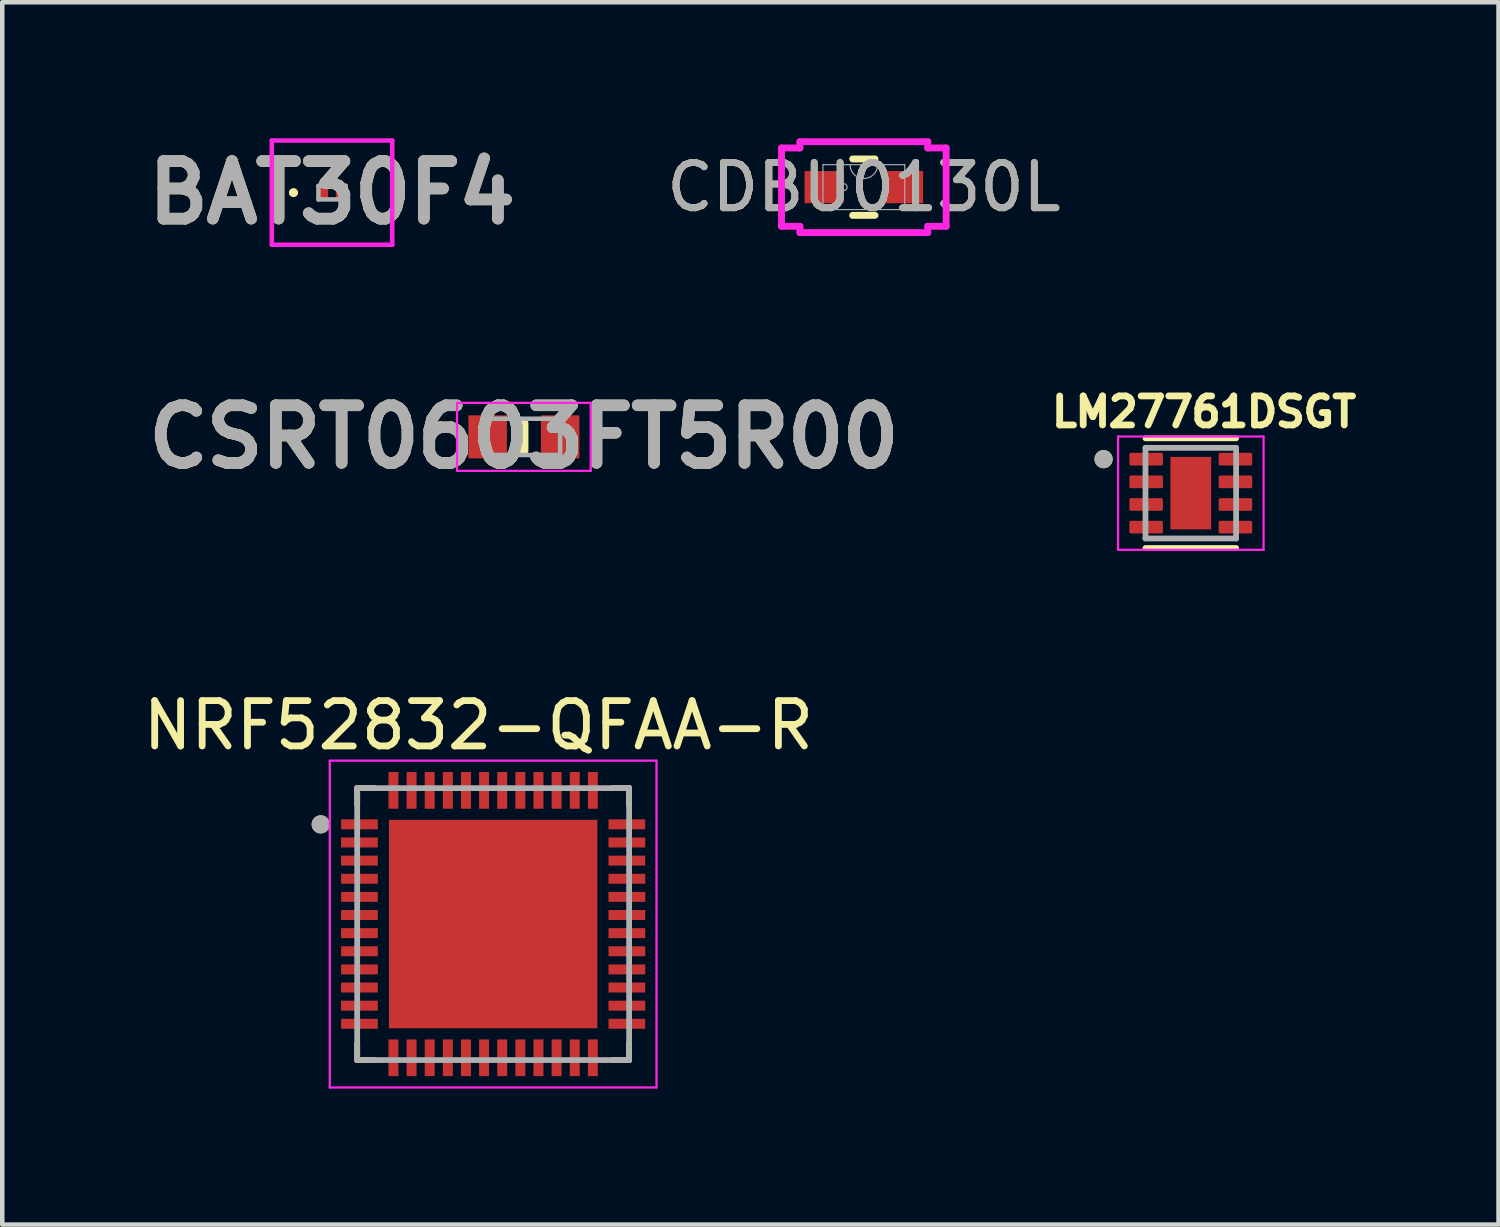
<source format=kicad_pcb>
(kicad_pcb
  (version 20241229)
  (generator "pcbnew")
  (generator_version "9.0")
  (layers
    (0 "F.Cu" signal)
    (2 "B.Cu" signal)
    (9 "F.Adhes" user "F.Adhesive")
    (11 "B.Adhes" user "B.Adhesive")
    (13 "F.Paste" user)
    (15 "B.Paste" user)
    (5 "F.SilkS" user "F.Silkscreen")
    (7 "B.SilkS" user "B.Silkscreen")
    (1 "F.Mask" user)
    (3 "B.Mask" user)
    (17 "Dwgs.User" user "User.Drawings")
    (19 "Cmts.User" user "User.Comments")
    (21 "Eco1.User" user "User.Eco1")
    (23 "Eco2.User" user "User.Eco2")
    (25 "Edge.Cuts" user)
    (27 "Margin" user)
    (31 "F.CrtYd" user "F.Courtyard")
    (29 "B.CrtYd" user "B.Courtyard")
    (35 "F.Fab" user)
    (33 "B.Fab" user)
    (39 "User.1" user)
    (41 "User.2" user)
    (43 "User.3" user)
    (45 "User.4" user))
  (footprint "LM27761DSGT"
    (layer "F.Cu")
    (at 23.224 7.831)
    (property "Reference" "LM27761DSGT" (at 0.292 -1.793 0) (layer "F.SilkS") (effects (font (size 0.64 0.64) (thickness 0.15))))
    (attr smd)
    (fp_line (start -1 -1.21) (end 1 -1.21) (stroke (width 0.127) (type solid)) (layer "F.SilkS"))
    (fp_line (start -1 1.21) (end 1 1.21) (stroke (width 0.127) (type solid)) (layer "F.SilkS"))
    (fp_circle (center -1.925 -0.75) (end -1.825 -0.75) (stroke (width 0.2) (type solid)) (fill no) (layer "F.SilkS"))
    (fp_poly (pts (xy -0.28 -0.51) (xy 0.28 -0.51) (xy 0.28 0.51) (xy -0.28 0.51)) (stroke (width 0.01) (type solid)) (fill yes) (layer "F.Paste"))
    (fp_line (start -1.605 -1.25) (end -1.605 1.25) (stroke (width 0.05) (type solid)) (layer "F.CrtYd"))
    (fp_line (start -1.605 -1.25) (end 1.605 -1.25) (stroke (width 0.05) (type solid)) (layer "F.CrtYd"))
    (fp_line (start -1.605 1.25) (end 1.605 1.25) (stroke (width 0.05) (type solid)) (layer "F.CrtYd"))
    (fp_line (start 1.605 -1.25) (end 1.605 1.25) (stroke (width 0.05) (type solid)) (layer "F.CrtYd"))
    (fp_line (start -1 -1) (end -1 1) (stroke (width 0.127) (type solid)) (layer "F.Fab"))
    (fp_line (start -1 -1) (end 1 -1) (stroke (width 0.127) (type solid)) (layer "F.Fab"))
    (fp_line (start -1 1) (end 1 1) (stroke (width 0.127) (type solid)) (layer "F.Fab"))
    (fp_line (start 1 -1) (end 1 1) (stroke (width 0.127) (type solid)) (layer "F.Fab"))
    (fp_circle (center -1.925 -0.75) (end -1.825 -0.75) (stroke (width 0.2) (type solid)) (fill no) (layer "F.Fab"))
    (pad "1" smd roundrect (at -0.985 -0.75) (size 0.74 0.28) (layers "F.Cu" "F.Mask" "F.Paste") (roundrect_rratio 0.125))
    (pad "2" smd roundrect (at -0.985 -0.25) (size 0.74 0.28) (layers "F.Cu" "F.Mask" "F.Paste") (roundrect_rratio 0.125))
    (pad "3" smd roundrect (at -0.985 0.25) (size 0.74 0.28) (layers "F.Cu" "F.Mask" "F.Paste") (roundrect_rratio 0.125))
    (pad "4" smd roundrect (at -0.985 0.75) (size 0.74 0.28) (layers "F.Cu" "F.Mask" "F.Paste") (roundrect_rratio 0.125))
    (pad "5" smd roundrect (at 0.985 0.75) (size 0.74 0.28) (layers "F.Cu" "F.Mask" "F.Paste") (roundrect_rratio 0.125))
    (pad "6" smd roundrect (at 0.985 0.25) (size 0.74 0.28) (layers "F.Cu" "F.Mask" "F.Paste") (roundrect_rratio 0.125))
    (pad "7" smd roundrect (at 0.985 -0.25) (size 0.74 0.28) (layers "F.Cu" "F.Mask" "F.Paste") (roundrect_rratio 0.125))
    (pad "8" smd roundrect (at 0.985 -0.75) (size 0.74 0.28) (layers "F.Cu" "F.Mask" "F.Paste") (roundrect_rratio 0.125))
    (pad "9" smd rect (at 0 0) (size 0.9 1.6) (layers "F.Cu" "F.Mask")))
  (footprint "NRF52832-QFAA-R"
    (layer "F.Cu")
    (at 7.831 17.339)
    (property "Reference" "NRF52832-QFAA-R" (at -0.325 -4.385 0) (layer "F.SilkS") (effects (font (size 1 1) (thickness 0.15))))
    (attr smd)
    (fp_line (start -3 -3) (end -2.63 -3) (stroke (width 0.127) (type solid)) (layer "F.SilkS"))
    (fp_line (start -3 -2.63) (end -3 -3) (stroke (width 0.127) (type solid)) (layer "F.SilkS"))
    (fp_line (start -3 3) (end -3 2.63) (stroke (width 0.127) (type solid)) (layer "F.SilkS"))
    (fp_line (start -2.63 3) (end -3 3) (stroke (width 0.127) (type solid)) (layer "F.SilkS"))
    (fp_line (start 2.63 -3) (end 3 -3) (stroke (width 0.127) (type solid)) (layer "F.SilkS"))
    (fp_line (start 3 -3) (end 3 -2.63) (stroke (width 0.127) (type solid)) (layer "F.SilkS"))
    (fp_line (start 3 2.63) (end 3 3) (stroke (width 0.127) (type solid)) (layer "F.SilkS"))
    (fp_line (start 3 3) (end 2.63 3) (stroke (width 0.127) (type solid)) (layer "F.SilkS"))
    (fp_circle (center -3.805 -2.2) (end -3.705 -2.2) (stroke (width 0.2) (type solid)) (fill no) (layer "F.SilkS"))
    (fp_poly (pts (xy -1.965 -1.965) (xy -0.335 -1.965) (xy -0.335 -0.335) (xy -1.965 -0.335)) (stroke (width 0.01) (type solid)) (fill yes) (layer "F.Paste"))
    (fp_poly (pts (xy -1.965 0.335) (xy -0.335 0.335) (xy -0.335 1.965) (xy -1.965 1.965)) (stroke (width 0.01) (type solid)) (fill yes) (layer "F.Paste"))
    (fp_poly (pts (xy 0.335 -1.965) (xy 1.965 -1.965) (xy 1.965 -0.335) (xy 0.335 -0.335)) (stroke (width 0.01) (type solid)) (fill yes) (layer "F.Paste"))
    (fp_poly (pts (xy 0.335 0.335) (xy 1.965 0.335) (xy 1.965 1.965) (xy 0.335 1.965)) (stroke (width 0.01) (type solid)) (fill yes) (layer "F.Paste"))
    (fp_line (start -3.605 -3.605) (end 3.605 -3.605) (stroke (width 0.05) (type solid)) (layer "F.CrtYd"))
    (fp_line (start -3.605 3.605) (end -3.605 -3.605) (stroke (width 0.05) (type solid)) (layer "F.CrtYd"))
    (fp_line (start 3.605 -3.605) (end 3.605 3.605) (stroke (width 0.05) (type solid)) (layer "F.CrtYd"))
    (fp_line (start 3.605 3.605) (end -3.605 3.605) (stroke (width 0.05) (type solid)) (layer "F.CrtYd"))
    (fp_line (start -3 -3) (end 3 -3) (stroke (width 0.127) (type solid)) (layer "F.Fab"))
    (fp_line (start -3 3) (end -3 -3) (stroke (width 0.127) (type solid)) (layer "F.Fab"))
    (fp_line (start 3 -3) (end 3 3) (stroke (width 0.127) (type solid)) (layer "F.Fab"))
    (fp_line (start 3 3) (end -3 3) (stroke (width 0.127) (type solid)) (layer "F.Fab"))
    (fp_circle (center -3.805 -2.2) (end -3.705 -2.2) (stroke (width 0.2) (type solid)) (fill no) (layer "F.Fab"))
    (pad "1" smd rect (at -2.95 -2.2) (size 0.81 0.22) (layers "F.Cu" "F.Mask" "F.Paste"))
    (pad "2" smd rect (at -2.95 -1.8) (size 0.81 0.22) (layers "F.Cu" "F.Mask" "F.Paste"))
    (pad "3" smd rect (at -2.95 -1.4) (size 0.81 0.22) (layers "F.Cu" "F.Mask" "F.Paste"))
    (pad "4" smd rect (at -2.95 -1) (size 0.81 0.22) (layers "F.Cu" "F.Mask" "F.Paste"))
    (pad "5" smd rect (at -2.95 -0.6) (size 0.81 0.22) (layers "F.Cu" "F.Mask" "F.Paste"))
    (pad "6" smd rect (at -2.95 -0.2) (size 0.81 0.22) (layers "F.Cu" "F.Mask" "F.Paste"))
    (pad "7" smd rect (at -2.95 0.2) (size 0.81 0.22) (layers "F.Cu" "F.Mask" "F.Paste"))
    (pad "8" smd rect (at -2.95 0.6) (size 0.81 0.22) (layers "F.Cu" "F.Mask" "F.Paste"))
    (pad "9" smd rect (at -2.95 1) (size 0.81 0.22) (layers "F.Cu" "F.Mask" "F.Paste"))
    (pad "10" smd rect (at -2.95 1.4) (size 0.81 0.22) (layers "F.Cu" "F.Mask" "F.Paste"))
    (pad "11" smd rect (at -2.95 1.8) (size 0.81 0.22) (layers "F.Cu" "F.Mask" "F.Paste"))
    (pad "12" smd rect (at -2.95 2.2) (size 0.81 0.22) (layers "F.Cu" "F.Mask" "F.Paste"))
    (pad "13" smd rect (at -2.2 2.95) (size 0.22 0.81) (layers "F.Cu" "F.Mask" "F.Paste"))
    (pad "14" smd rect (at -1.8 2.95) (size 0.22 0.81) (layers "F.Cu" "F.Mask" "F.Paste"))
    (pad "15" smd rect (at -1.4 2.95) (size 0.22 0.81) (layers "F.Cu" "F.Mask" "F.Paste"))
    (pad "16" smd rect (at -1 2.95) (size 0.22 0.81) (layers "F.Cu" "F.Mask" "F.Paste"))
    (pad "17" smd rect (at -0.6 2.95) (size 0.22 0.81) (layers "F.Cu" "F.Mask" "F.Paste"))
    (pad "18" smd rect (at -0.2 2.95) (size 0.22 0.81) (layers "F.Cu" "F.Mask" "F.Paste"))
    (pad "19" smd rect (at 0.2 2.95) (size 0.22 0.81) (layers "F.Cu" "F.Mask" "F.Paste"))
    (pad "20" smd rect (at 0.6 2.95) (size 0.22 0.81) (layers "F.Cu" "F.Mask" "F.Paste"))
    (pad "21" smd rect (at 1 2.95) (size 0.22 0.81) (layers "F.Cu" "F.Mask" "F.Paste"))
    (pad "22" smd rect (at 1.4 2.95) (size 0.22 0.81) (layers "F.Cu" "F.Mask" "F.Paste"))
    (pad "23" smd rect (at 1.8 2.95) (size 0.22 0.81) (layers "F.Cu" "F.Mask" "F.Paste"))
    (pad "24" smd rect (at 2.2 2.95) (size 0.22 0.81) (layers "F.Cu" "F.Mask" "F.Paste"))
    (pad "25" smd rect (at 2.95 2.2) (size 0.81 0.22) (layers "F.Cu" "F.Mask" "F.Paste"))
    (pad "26" smd rect (at 2.95 1.8) (size 0.81 0.22) (layers "F.Cu" "F.Mask" "F.Paste"))
    (pad "27" smd rect (at 2.95 1.4) (size 0.81 0.22) (layers "F.Cu" "F.Mask" "F.Paste"))
    (pad "28" smd rect (at 2.95 1) (size 0.81 0.22) (layers "F.Cu" "F.Mask" "F.Paste"))
    (pad "29" smd rect (at 2.95 0.6) (size 0.81 0.22) (layers "F.Cu" "F.Mask" "F.Paste"))
    (pad "30" smd rect (at 2.95 0.2) (size 0.81 0.22) (layers "F.Cu" "F.Mask" "F.Paste"))
    (pad "31" smd rect (at 2.95 -0.2) (size 0.81 0.22) (layers "F.Cu" "F.Mask" "F.Paste"))
    (pad "32" smd rect (at 2.95 -0.6) (size 0.81 0.22) (layers "F.Cu" "F.Mask" "F.Paste"))
    (pad "33" smd rect (at 2.95 -1) (size 0.81 0.22) (layers "F.Cu" "F.Mask" "F.Paste"))
    (pad "34" smd rect (at 2.95 -1.4) (size 0.81 0.22) (layers "F.Cu" "F.Mask" "F.Paste"))
    (pad "35" smd rect (at 2.95 -1.8) (size 0.81 0.22) (layers "F.Cu" "F.Mask" "F.Paste"))
    (pad "36" smd rect (at 2.95 -2.2) (size 0.81 0.22) (layers "F.Cu" "F.Mask" "F.Paste"))
    (pad "37" smd rect (at 2.2 -2.95) (size 0.22 0.81) (layers "F.Cu" "F.Mask" "F.Paste"))
    (pad "38" smd rect (at 1.8 -2.95) (size 0.22 0.81) (layers "F.Cu" "F.Mask" "F.Paste"))
    (pad "39" smd rect (at 1.4 -2.95) (size 0.22 0.81) (layers "F.Cu" "F.Mask" "F.Paste"))
    (pad "40" smd rect (at 1 -2.95) (size 0.22 0.81) (layers "F.Cu" "F.Mask" "F.Paste"))
    (pad "41" smd rect (at 0.6 -2.95) (size 0.22 0.81) (layers "F.Cu" "F.Mask" "F.Paste"))
    (pad "42" smd rect (at 0.2 -2.95) (size 0.22 0.81) (layers "F.Cu" "F.Mask" "F.Paste"))
    (pad "43" smd rect (at -0.2 -2.95) (size 0.22 0.81) (layers "F.Cu" "F.Mask" "F.Paste"))
    (pad "44" smd rect (at -0.6 -2.95) (size 0.22 0.81) (layers "F.Cu" "F.Mask" "F.Paste"))
    (pad "45" smd rect (at -1 -2.95) (size 0.22 0.81) (layers "F.Cu" "F.Mask" "F.Paste"))
    (pad "46" smd rect (at -1.4 -2.95) (size 0.22 0.81) (layers "F.Cu" "F.Mask" "F.Paste"))
    (pad "47" smd rect (at -1.8 -2.95) (size 0.22 0.81) (layers "F.Cu" "F.Mask" "F.Paste"))
    (pad "48" smd rect (at -2.2 -2.95) (size 0.22 0.81) (layers "F.Cu" "F.Mask" "F.Paste"))
    (pad "49" smd rect (at 0 0) (size 4.6 4.6) (layers "F.Cu" "F.Mask")))
  (footprint "CSRT0603FT5R00"
    (layer "F.Cu")
    (at 8.509 6.589)
    (property "Reference" "CSRT0603FT5R00" (at 0 0 0) (layer "F.SilkS") (effects (font (size 1.27 1.27) (thickness 0.254))))
    (attr smd)
    (fp_line (start 0 -0.3) (end 0 0.3) (stroke (width 0.2) (type solid)) (layer "F.SilkS"))
    (fp_line (start -1.475 -0.75) (end 1.475 -0.75) (stroke (width 0.05) (type solid)) (layer "F.CrtYd"))
    (fp_line (start -1.475 0.75) (end -1.475 -0.75) (stroke (width 0.05) (type solid)) (layer "F.CrtYd"))
    (fp_line (start 1.475 -0.75) (end 1.475 0.75) (stroke (width 0.05) (type solid)) (layer "F.CrtYd"))
    (fp_line (start 1.475 0.75) (end -1.475 0.75) (stroke (width 0.05) (type solid)) (layer "F.CrtYd"))
    (fp_line (start -0.8 -0.4) (end 0.8 -0.4) (stroke (width 0.1) (type solid)) (layer "F.Fab"))
    (fp_line (start -0.8 0.4) (end -0.8 -0.4) (stroke (width 0.1) (type solid)) (layer "F.Fab"))
    (fp_line (start 0.8 -0.4) (end 0.8 0.4) (stroke (width 0.1) (type solid)) (layer "F.Fab"))
    (fp_line (start 0.8 0.4) (end -0.8 0.4) (stroke (width 0.1) (type solid)) (layer "F.Fab"))
    (fp_text user "${REFERENCE}" (at 0 0 0) (layer "F.Fab") (effects (font (size 1.27 1.27) (thickness 0.254))))
    (pad "1" smd rect (at -0.8 0) (size 0.85 0.95) (layers "F.Cu" "F.Mask" "F.Paste"))
    (pad "2" smd rect (at 0.8 0) (size 0.85 0.95) (layers "F.Cu" "F.Mask" "F.Paste")))
  (footprint "CDBU0130L"
    (layer "F.Cu")
    (at 16.01 1.079)
    (property "Reference" "CDBU0130L" (at 0 0 0) (unlocked yes) (layer "F.SilkS") (effects (font (size 1 1) (thickness 0.15))))
    (attr smd)
    (fp_line (start -0.246 0.622) (end 0.246 0.622) (stroke (width 0.152) (type solid)) (layer "F.SilkS"))
    (fp_line (start 0.246 -0.622) (end -0.246 -0.622) (stroke (width 0.152) (type solid)) (layer "F.SilkS"))
    (fp_line (start -1.816 -0.864) (end -1.41 -0.864) (stroke (width 0.152) (type solid)) (layer "F.CrtYd"))
    (fp_line (start -1.816 0.864) (end -1.816 -0.864) (stroke (width 0.152) (type solid)) (layer "F.CrtYd"))
    (fp_line (start -1.816 0.864) (end -1.41 0.864) (stroke (width 0.152) (type solid)) (layer "F.CrtYd"))
    (fp_line (start -1.41 -1.003) (end 1.41 -1.003) (stroke (width 0.152) (type solid)) (layer "F.CrtYd"))
    (fp_line (start -1.41 -0.864) (end -1.41 -1.003) (stroke (width 0.152) (type solid)) (layer "F.CrtYd"))
    (fp_line (start -1.41 1.003) (end -1.41 0.864) (stroke (width 0.152) (type solid)) (layer "F.CrtYd"))
    (fp_line (start 1.41 -1.003) (end 1.41 -0.864) (stroke (width 0.152) (type solid)) (layer "F.CrtYd"))
    (fp_line (start 1.41 0.864) (end 1.41 1.003) (stroke (width 0.152) (type solid)) (layer "F.CrtYd"))
    (fp_line (start 1.41 1.003) (end -1.41 1.003) (stroke (width 0.152) (type solid)) (layer "F.CrtYd"))
    (fp_line (start 1.816 -0.864) (end 1.41 -0.864) (stroke (width 0.152) (type solid)) (layer "F.CrtYd"))
    (fp_line (start 1.816 -0.864) (end 1.816 0.864) (stroke (width 0.152) (type solid)) (layer "F.CrtYd"))
    (fp_line (start 1.816 0.864) (end 1.41 0.864) (stroke (width 0.152) (type solid)) (layer "F.CrtYd"))
    (fp_line (start -0.902 -0.495) (end -0.902 0.495) (stroke (width 0.025) (type solid)) (layer "F.Fab"))
    (fp_line (start -0.902 0.495) (end 0.902 0.495) (stroke (width 0.025) (type solid)) (layer "F.Fab"))
    (fp_line (start 0.902 -0.495) (end -0.902 -0.495) (stroke (width 0.025) (type solid)) (layer "F.Fab"))
    (fp_line (start 0.902 0.495) (end 0.902 -0.495) (stroke (width 0.025) (type solid)) (layer "F.Fab"))
    (fp_arc (start 0.3048 -0.4953) (mid 0 -0.1905) (end -0.3048 -0.4953) (stroke (width 0.0254) (type solid)) (layer "F.Fab"))
    (fp_circle (center -0.445 0) (end -0.368 0) (stroke (width 0.025) (type solid)) (fill no) (layer "F.Fab"))
    (fp_text user "${REFERENCE}" (at 0 0 0) (unlocked yes) (layer "F.Fab") (effects (font (size 1 1) (thickness 0.15))))
    (pad "1" smd rect (at -0.876 0) (size 0.864 0.711) (layers "F.Cu" "F.Mask" "F.Paste"))
    (pad "2" smd rect (at 0.876 0) (size 0.864 0.711) (layers "F.Cu" "F.Mask" "F.Paste")))
  (footprint "BAT30F4"
    (layer "F.Cu")
    (at 4.276 1.2)
    (property "Reference" "BAT30F4" (at 0 0 0) (layer "F.SilkS") (effects (font (size 1.27 1.27) (thickness 0.254))))
    (attr smd)
    (fp_line (start -0.9 0) (end -0.9 0) (stroke (width 0.1) (type solid)) (layer "F.SilkS"))
    (fp_line (start -0.8 0) (end -0.8 0) (stroke (width 0.1) (type solid)) (layer "F.SilkS"))
    (fp_arc (start -0.9 0) (mid -0.85 -0.05) (end -0.8 0) (stroke (width 0.1) (type solid)) (layer "F.SilkS"))
    (fp_arc (start -0.8 0) (mid -0.85 0.05) (end -0.9 0) (stroke (width 0.1) (type solid)) (layer "F.SilkS"))
    (fp_line (start -1.328 -1.15) (end 1.328 -1.15) (stroke (width 0.1) (type solid)) (layer "F.CrtYd"))
    (fp_line (start -1.328 1.15) (end -1.328 -1.15) (stroke (width 0.1) (type solid)) (layer "F.CrtYd"))
    (fp_line (start 1.328 -1.15) (end 1.328 1.15) (stroke (width 0.1) (type solid)) (layer "F.CrtYd"))
    (fp_line (start 1.328 1.15) (end -1.328 1.15) (stroke (width 0.1) (type solid)) (layer "F.CrtYd"))
    (fp_line (start -0.3 -0.15) (end 0.3 -0.15) (stroke (width 0.1) (type solid)) (layer "F.Fab"))
    (fp_line (start -0.3 0.15) (end -0.3 -0.15) (stroke (width 0.1) (type solid)) (layer "F.Fab"))
    (fp_line (start 0.3 -0.15) (end 0.3 0.15) (stroke (width 0.1) (type solid)) (layer "F.Fab"))
    (fp_line (start 0.3 0.15) (end -0.3 0.15) (stroke (width 0.1) (type solid)) (layer "F.Fab"))
    (fp_text user "${REFERENCE}" (at 0 0 0) (layer "F.Fab") (effects (font (size 1.27 1.27) (thickness 0.254))))
    (pad "1" smd rect (at -0.207 0) (size 0.243 0.3) (layers "F.Cu" "F.Mask" "F.Paste"))
    (pad "2" smd rect (at 0.206 0) (size 0.243 0.3) (layers "F.Cu" "F.Mask" "F.Paste")))
  (gr_rect
    (start -3 -3)
    (end 30.014 23.969)
    (stroke (width 0.1) (type default))
    (fill no)
    (layer "Edge.Cuts")))
</source>
